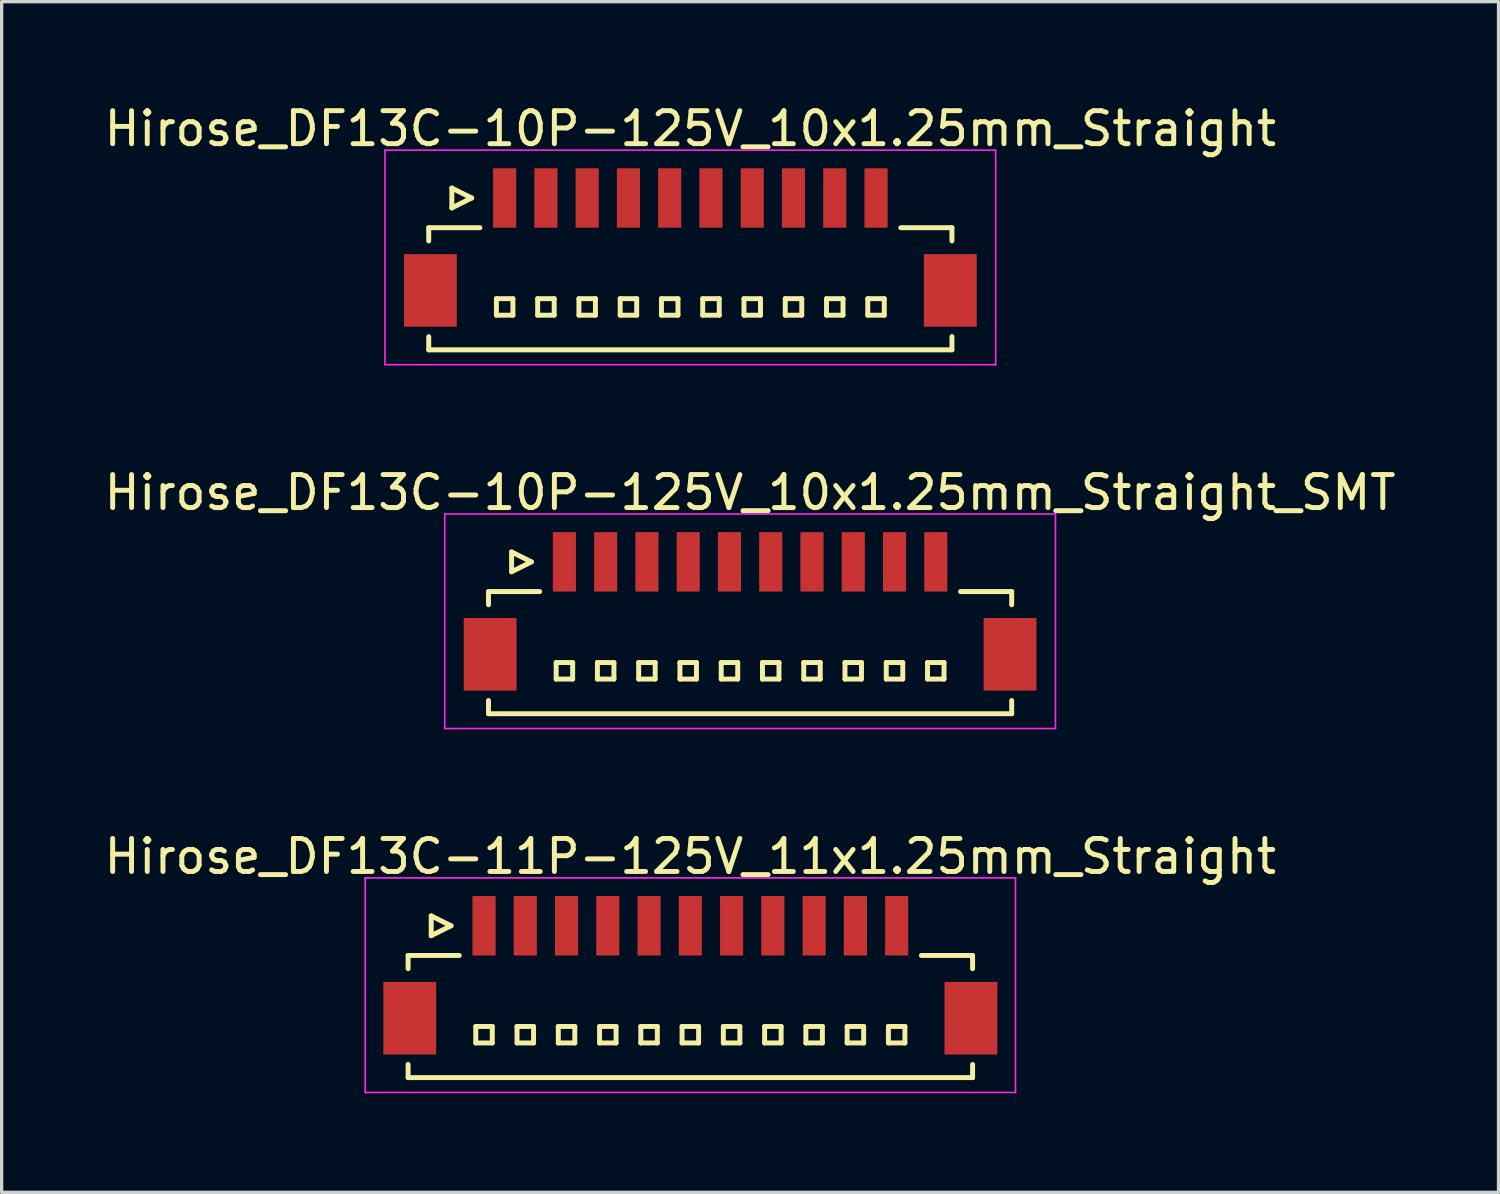
<source format=kicad_pcb>
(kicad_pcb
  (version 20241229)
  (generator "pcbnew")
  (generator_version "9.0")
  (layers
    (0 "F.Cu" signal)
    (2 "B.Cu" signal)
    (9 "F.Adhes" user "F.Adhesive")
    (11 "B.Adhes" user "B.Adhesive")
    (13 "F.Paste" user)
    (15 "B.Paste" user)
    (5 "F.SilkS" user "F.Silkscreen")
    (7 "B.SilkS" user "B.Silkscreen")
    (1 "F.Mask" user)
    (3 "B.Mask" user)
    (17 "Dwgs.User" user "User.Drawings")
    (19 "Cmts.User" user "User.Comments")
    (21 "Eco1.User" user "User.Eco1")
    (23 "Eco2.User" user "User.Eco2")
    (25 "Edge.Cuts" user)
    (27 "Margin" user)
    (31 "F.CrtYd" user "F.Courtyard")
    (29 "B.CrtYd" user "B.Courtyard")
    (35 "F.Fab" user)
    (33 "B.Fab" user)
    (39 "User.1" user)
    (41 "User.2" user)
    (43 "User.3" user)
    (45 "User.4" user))
  (footprint "Hirose_DF13C-11P-125V_11x1.25mm_Straight"
    (layer "F.Cu")
    (at 17.863 26.395)
    (property "Reference" "Hirose_DF13C-11P-125V_11x1.25mm_Straight" (at 0 -3.5 0) (layer "F.SilkS") (effects (font (size 1 1) (thickness 0.15))))
    (attr smd)
    (fp_line (start -8.55 -0.5) (end -8.55 -0.1) (stroke (width 0.15) (type solid)) (layer "F.SilkS"))
    (fp_line (start -8.55 -0.5) (end -7 -0.5) (stroke (width 0.15) (type solid)) (layer "F.SilkS"))
    (fp_line (start -8.55 3.2) (end -8.55 2.8) (stroke (width 0.15) (type solid)) (layer "F.SilkS"))
    (fp_line (start -8.55 3.2) (end 8.55 3.2) (stroke (width 0.15) (type solid)) (layer "F.SilkS"))
    (fp_line (start -7.85 -1.7) (end -7.85 -1.1) (stroke (width 0.15) (type solid)) (layer "F.SilkS"))
    (fp_line (start -7.85 -1.1) (end -7.25 -1.4) (stroke (width 0.15) (type solid)) (layer "F.SilkS"))
    (fp_line (start -7.25 -1.4) (end -7.85 -1.7) (stroke (width 0.15) (type solid)) (layer "F.SilkS"))
    (fp_line (start -6.5 1.65) (end -6.5 2.15) (stroke (width 0.15) (type solid)) (layer "F.SilkS"))
    (fp_line (start -6.5 2.15) (end -6 2.15) (stroke (width 0.15) (type solid)) (layer "F.SilkS"))
    (fp_line (start -6 1.65) (end -6.5 1.65) (stroke (width 0.15) (type solid)) (layer "F.SilkS"))
    (fp_line (start -6 2.15) (end -6 1.65) (stroke (width 0.15) (type solid)) (layer "F.SilkS"))
    (fp_line (start -5.25 1.65) (end -5.25 2.15) (stroke (width 0.15) (type solid)) (layer "F.SilkS"))
    (fp_line (start -5.25 2.15) (end -4.75 2.15) (stroke (width 0.15) (type solid)) (layer "F.SilkS"))
    (fp_line (start -4.75 1.65) (end -5.25 1.65) (stroke (width 0.15) (type solid)) (layer "F.SilkS"))
    (fp_line (start -4.75 2.15) (end -4.75 1.65) (stroke (width 0.15) (type solid)) (layer "F.SilkS"))
    (fp_line (start -4 1.65) (end -4 2.15) (stroke (width 0.15) (type solid)) (layer "F.SilkS"))
    (fp_line (start -4 2.15) (end -3.5 2.15) (stroke (width 0.15) (type solid)) (layer "F.SilkS"))
    (fp_line (start -3.5 1.65) (end -4 1.65) (stroke (width 0.15) (type solid)) (layer "F.SilkS"))
    (fp_line (start -3.5 2.15) (end -3.5 1.65) (stroke (width 0.15) (type solid)) (layer "F.SilkS"))
    (fp_line (start -2.75 1.65) (end -2.75 2.15) (stroke (width 0.15) (type solid)) (layer "F.SilkS"))
    (fp_line (start -2.75 2.15) (end -2.25 2.15) (stroke (width 0.15) (type solid)) (layer "F.SilkS"))
    (fp_line (start -2.25 1.65) (end -2.75 1.65) (stroke (width 0.15) (type solid)) (layer "F.SilkS"))
    (fp_line (start -2.25 2.15) (end -2.25 1.65) (stroke (width 0.15) (type solid)) (layer "F.SilkS"))
    (fp_line (start -1.5 1.65) (end -1.5 2.15) (stroke (width 0.15) (type solid)) (layer "F.SilkS"))
    (fp_line (start -1.5 2.15) (end -1 2.15) (stroke (width 0.15) (type solid)) (layer "F.SilkS"))
    (fp_line (start -1 1.65) (end -1.5 1.65) (stroke (width 0.15) (type solid)) (layer "F.SilkS"))
    (fp_line (start -1 2.15) (end -1 1.65) (stroke (width 0.15) (type solid)) (layer "F.SilkS"))
    (fp_line (start -0.25 1.65) (end -0.25 2.15) (stroke (width 0.15) (type solid)) (layer "F.SilkS"))
    (fp_line (start -0.25 2.15) (end 0.25 2.15) (stroke (width 0.15) (type solid)) (layer "F.SilkS"))
    (fp_line (start 0.25 1.65) (end -0.25 1.65) (stroke (width 0.15) (type solid)) (layer "F.SilkS"))
    (fp_line (start 0.25 2.15) (end 0.25 1.65) (stroke (width 0.15) (type solid)) (layer "F.SilkS"))
    (fp_line (start 1 1.65) (end 1 2.15) (stroke (width 0.15) (type solid)) (layer "F.SilkS"))
    (fp_line (start 1 2.15) (end 1.5 2.15) (stroke (width 0.15) (type solid)) (layer "F.SilkS"))
    (fp_line (start 1.5 1.65) (end 1 1.65) (stroke (width 0.15) (type solid)) (layer "F.SilkS"))
    (fp_line (start 1.5 2.15) (end 1.5 1.65) (stroke (width 0.15) (type solid)) (layer "F.SilkS"))
    (fp_line (start 2.25 1.65) (end 2.25 2.15) (stroke (width 0.15) (type solid)) (layer "F.SilkS"))
    (fp_line (start 2.25 2.15) (end 2.75 2.15) (stroke (width 0.15) (type solid)) (layer "F.SilkS"))
    (fp_line (start 2.75 1.65) (end 2.25 1.65) (stroke (width 0.15) (type solid)) (layer "F.SilkS"))
    (fp_line (start 2.75 2.15) (end 2.75 1.65) (stroke (width 0.15) (type solid)) (layer "F.SilkS"))
    (fp_line (start 3.5 1.65) (end 3.5 2.15) (stroke (width 0.15) (type solid)) (layer "F.SilkS"))
    (fp_line (start 3.5 2.15) (end 4 2.15) (stroke (width 0.15) (type solid)) (layer "F.SilkS"))
    (fp_line (start 4 1.65) (end 3.5 1.65) (stroke (width 0.15) (type solid)) (layer "F.SilkS"))
    (fp_line (start 4 2.15) (end 4 1.65) (stroke (width 0.15) (type solid)) (layer "F.SilkS"))
    (fp_line (start 4.75 1.65) (end 4.75 2.15) (stroke (width 0.15) (type solid)) (layer "F.SilkS"))
    (fp_line (start 4.75 2.15) (end 5.25 2.15) (stroke (width 0.15) (type solid)) (layer "F.SilkS"))
    (fp_line (start 5.25 1.65) (end 4.75 1.65) (stroke (width 0.15) (type solid)) (layer "F.SilkS"))
    (fp_line (start 5.25 2.15) (end 5.25 1.65) (stroke (width 0.15) (type solid)) (layer "F.SilkS"))
    (fp_line (start 6 1.65) (end 6 2.15) (stroke (width 0.15) (type solid)) (layer "F.SilkS"))
    (fp_line (start 6 2.15) (end 6.5 2.15) (stroke (width 0.15) (type solid)) (layer "F.SilkS"))
    (fp_line (start 6.5 1.65) (end 6 1.65) (stroke (width 0.15) (type solid)) (layer "F.SilkS"))
    (fp_line (start 6.5 2.15) (end 6.5 1.65) (stroke (width 0.15) (type solid)) (layer "F.SilkS"))
    (fp_line (start 8.55 -0.5) (end 7 -0.5) (stroke (width 0.15) (type solid)) (layer "F.SilkS"))
    (fp_line (start 8.55 -0.5) (end 8.55 -0.1) (stroke (width 0.15) (type solid)) (layer "F.SilkS"))
    (fp_line (start 8.55 3.2) (end 8.55 2.8) (stroke (width 0.15) (type solid)) (layer "F.SilkS"))
    (fp_line (start -9.85 -2.85) (end -9.85 3.65) (stroke (width 0.05) (type solid)) (layer "F.CrtYd"))
    (fp_line (start -9.85 3.65) (end 9.85 3.65) (stroke (width 0.05) (type solid)) (layer "F.CrtYd"))
    (fp_line (start 9.85 -2.85) (end -9.85 -2.85) (stroke (width 0.05) (type solid)) (layer "F.CrtYd"))
    (fp_line (start 9.85 3.65) (end 9.85 -2.85) (stroke (width 0.05) (type solid)) (layer "F.CrtYd"))
    (pad "" smd rect (at -8.5 1.4) (size 1.6 2.2) (layers "F.Cu" "F.Mask" "F.Paste"))
    (pad "" smd rect (at 8.5 1.4) (size 1.6 2.2) (layers "F.Cu" "F.Mask" "F.Paste"))
    (pad "1" smd rect (at -6.25 -1.4) (size 0.7 1.8) (layers "F.Cu" "F.Mask" "F.Paste"))
    (pad "2" smd rect (at -5 -1.4) (size 0.7 1.8) (layers "F.Cu" "F.Mask" "F.Paste"))
    (pad "3" smd rect (at -3.75 -1.4) (size 0.7 1.8) (layers "F.Cu" "F.Mask" "F.Paste"))
    (pad "4" smd rect (at -2.5 -1.4) (size 0.7 1.8) (layers "F.Cu" "F.Mask" "F.Paste"))
    (pad "5" smd rect (at -1.25 -1.4) (size 0.7 1.8) (layers "F.Cu" "F.Mask" "F.Paste"))
    (pad "6" smd rect (at 0 -1.4) (size 0.7 1.8) (layers "F.Cu" "F.Mask" "F.Paste"))
    (pad "7" smd rect (at 1.25 -1.4) (size 0.7 1.8) (layers "F.Cu" "F.Mask" "F.Paste"))
    (pad "8" smd rect (at 2.5 -1.4) (size 0.7 1.8) (layers "F.Cu" "F.Mask" "F.Paste"))
    (pad "9" smd rect (at 3.75 -1.4) (size 0.7 1.8) (layers "F.Cu" "F.Mask" "F.Paste"))
    (pad "10" smd rect (at 5 -1.4) (size 0.7 1.8) (layers "F.Cu" "F.Mask" "F.Paste"))
    (pad "11" smd rect (at 6.25 -1.4) (size 0.7 1.8) (layers "F.Cu" "F.Mask" "F.Paste")))
  (footprint "Hirose_DF13C-10P-125V_10x1.25mm_Straight_SMT"
    (layer "F.Cu")
    (at 19.673 15.371)
    (property "Reference" "Hirose_DF13C-10P-125V_10x1.25mm_Straight_SMT" (at 0 -3.5 0) (layer "F.SilkS") (effects (font (size 1 1) (thickness 0.15))))
    (attr smd)
    (fp_line (start -7.925 -0.5) (end -7.925 -0.1) (stroke (width 0.15) (type solid)) (layer "F.SilkS"))
    (fp_line (start -7.925 -0.5) (end -6.375 -0.5) (stroke (width 0.15) (type solid)) (layer "F.SilkS"))
    (fp_line (start -7.925 3.2) (end -7.925 2.8) (stroke (width 0.15) (type solid)) (layer "F.SilkS"))
    (fp_line (start -7.925 3.2) (end 7.925 3.2) (stroke (width 0.15) (type solid)) (layer "F.SilkS"))
    (fp_line (start -7.225 -1.7) (end -7.225 -1.1) (stroke (width 0.15) (type solid)) (layer "F.SilkS"))
    (fp_line (start -7.225 -1.1) (end -6.625 -1.4) (stroke (width 0.15) (type solid)) (layer "F.SilkS"))
    (fp_line (start -6.625 -1.4) (end -7.225 -1.7) (stroke (width 0.15) (type solid)) (layer "F.SilkS"))
    (fp_line (start -5.875 1.65) (end -5.875 2.15) (stroke (width 0.15) (type solid)) (layer "F.SilkS"))
    (fp_line (start -5.875 2.15) (end -5.375 2.15) (stroke (width 0.15) (type solid)) (layer "F.SilkS"))
    (fp_line (start -5.375 1.65) (end -5.875 1.65) (stroke (width 0.15) (type solid)) (layer "F.SilkS"))
    (fp_line (start -5.375 2.15) (end -5.375 1.65) (stroke (width 0.15) (type solid)) (layer "F.SilkS"))
    (fp_line (start -4.625 1.65) (end -4.625 2.15) (stroke (width 0.15) (type solid)) (layer "F.SilkS"))
    (fp_line (start -4.625 2.15) (end -4.125 2.15) (stroke (width 0.15) (type solid)) (layer "F.SilkS"))
    (fp_line (start -4.125 1.65) (end -4.625 1.65) (stroke (width 0.15) (type solid)) (layer "F.SilkS"))
    (fp_line (start -4.125 2.15) (end -4.125 1.65) (stroke (width 0.15) (type solid)) (layer "F.SilkS"))
    (fp_line (start -3.375 1.65) (end -3.375 2.15) (stroke (width 0.15) (type solid)) (layer "F.SilkS"))
    (fp_line (start -3.375 2.15) (end -2.875 2.15) (stroke (width 0.15) (type solid)) (layer "F.SilkS"))
    (fp_line (start -2.875 1.65) (end -3.375 1.65) (stroke (width 0.15) (type solid)) (layer "F.SilkS"))
    (fp_line (start -2.875 2.15) (end -2.875 1.65) (stroke (width 0.15) (type solid)) (layer "F.SilkS"))
    (fp_line (start -2.125 1.65) (end -2.125 2.15) (stroke (width 0.15) (type solid)) (layer "F.SilkS"))
    (fp_line (start -2.125 2.15) (end -1.625 2.15) (stroke (width 0.15) (type solid)) (layer "F.SilkS"))
    (fp_line (start -1.625 1.65) (end -2.125 1.65) (stroke (width 0.15) (type solid)) (layer "F.SilkS"))
    (fp_line (start -1.625 2.15) (end -1.625 1.65) (stroke (width 0.15) (type solid)) (layer "F.SilkS"))
    (fp_line (start -0.875 1.65) (end -0.875 2.15) (stroke (width 0.15) (type solid)) (layer "F.SilkS"))
    (fp_line (start -0.875 2.15) (end -0.375 2.15) (stroke (width 0.15) (type solid)) (layer "F.SilkS"))
    (fp_line (start -0.375 1.65) (end -0.875 1.65) (stroke (width 0.15) (type solid)) (layer "F.SilkS"))
    (fp_line (start -0.375 2.15) (end -0.375 1.65) (stroke (width 0.15) (type solid)) (layer "F.SilkS"))
    (fp_line (start 0.375 1.65) (end 0.375 2.15) (stroke (width 0.15) (type solid)) (layer "F.SilkS"))
    (fp_line (start 0.375 2.15) (end 0.875 2.15) (stroke (width 0.15) (type solid)) (layer "F.SilkS"))
    (fp_line (start 0.875 1.65) (end 0.375 1.65) (stroke (width 0.15) (type solid)) (layer "F.SilkS"))
    (fp_line (start 0.875 2.15) (end 0.875 1.65) (stroke (width 0.15) (type solid)) (layer "F.SilkS"))
    (fp_line (start 1.625 1.65) (end 1.625 2.15) (stroke (width 0.15) (type solid)) (layer "F.SilkS"))
    (fp_line (start 1.625 2.15) (end 2.125 2.15) (stroke (width 0.15) (type solid)) (layer "F.SilkS"))
    (fp_line (start 2.125 1.65) (end 1.625 1.65) (stroke (width 0.15) (type solid)) (layer "F.SilkS"))
    (fp_line (start 2.125 2.15) (end 2.125 1.65) (stroke (width 0.15) (type solid)) (layer "F.SilkS"))
    (fp_line (start 2.875 1.65) (end 2.875 2.15) (stroke (width 0.15) (type solid)) (layer "F.SilkS"))
    (fp_line (start 2.875 2.15) (end 3.375 2.15) (stroke (width 0.15) (type solid)) (layer "F.SilkS"))
    (fp_line (start 3.375 1.65) (end 2.875 1.65) (stroke (width 0.15) (type solid)) (layer "F.SilkS"))
    (fp_line (start 3.375 2.15) (end 3.375 1.65) (stroke (width 0.15) (type solid)) (layer "F.SilkS"))
    (fp_line (start 4.125 1.65) (end 4.125 2.15) (stroke (width 0.15) (type solid)) (layer "F.SilkS"))
    (fp_line (start 4.125 2.15) (end 4.625 2.15) (stroke (width 0.15) (type solid)) (layer "F.SilkS"))
    (fp_line (start 4.625 1.65) (end 4.125 1.65) (stroke (width 0.15) (type solid)) (layer "F.SilkS"))
    (fp_line (start 4.625 2.15) (end 4.625 1.65) (stroke (width 0.15) (type solid)) (layer "F.SilkS"))
    (fp_line (start 5.375 1.65) (end 5.375 2.15) (stroke (width 0.15) (type solid)) (layer "F.SilkS"))
    (fp_line (start 5.375 2.15) (end 5.875 2.15) (stroke (width 0.15) (type solid)) (layer "F.SilkS"))
    (fp_line (start 5.875 1.65) (end 5.375 1.65) (stroke (width 0.15) (type solid)) (layer "F.SilkS"))
    (fp_line (start 5.875 2.15) (end 5.875 1.65) (stroke (width 0.15) (type solid)) (layer "F.SilkS"))
    (fp_line (start 7.925 -0.5) (end 6.375 -0.5) (stroke (width 0.15) (type solid)) (layer "F.SilkS"))
    (fp_line (start 7.925 -0.5) (end 7.925 -0.1) (stroke (width 0.15) (type solid)) (layer "F.SilkS"))
    (fp_line (start 7.925 3.2) (end 7.925 2.8) (stroke (width 0.15) (type solid)) (layer "F.SilkS"))
    (fp_line (start -9.25 -2.85) (end -9.25 3.65) (stroke (width 0.05) (type solid)) (layer "F.CrtYd"))
    (fp_line (start -9.25 3.65) (end 9.25 3.65) (stroke (width 0.05) (type solid)) (layer "F.CrtYd"))
    (fp_line (start 9.25 -2.85) (end -9.25 -2.85) (stroke (width 0.05) (type solid)) (layer "F.CrtYd"))
    (fp_line (start 9.25 3.65) (end 9.25 -2.85) (stroke (width 0.05) (type solid)) (layer "F.CrtYd"))
    (pad "" smd rect (at -7.875 1.4) (size 1.6 2.2) (layers "F.Cu" "F.Mask" "F.Paste"))
    (pad "" smd rect (at 7.875 1.4) (size 1.6 2.2) (layers "F.Cu" "F.Mask" "F.Paste"))
    (pad "1" smd rect (at -5.625 -1.4) (size 0.7 1.8) (layers "F.Cu" "F.Mask" "F.Paste"))
    (pad "2" smd rect (at -4.375 -1.4) (size 0.7 1.8) (layers "F.Cu" "F.Mask" "F.Paste"))
    (pad "3" smd rect (at -3.125 -1.4) (size 0.7 1.8) (layers "F.Cu" "F.Mask" "F.Paste"))
    (pad "4" smd rect (at -1.875 -1.4) (size 0.7 1.8) (layers "F.Cu" "F.Mask" "F.Paste"))
    (pad "5" smd rect (at -0.625 -1.4) (size 0.7 1.8) (layers "F.Cu" "F.Mask" "F.Paste"))
    (pad "6" smd rect (at 0.625 -1.4) (size 0.7 1.8) (layers "F.Cu" "F.Mask" "F.Paste"))
    (pad "7" smd rect (at 1.875 -1.4) (size 0.7 1.8) (layers "F.Cu" "F.Mask" "F.Paste"))
    (pad "8" smd rect (at 3.125 -1.4) (size 0.7 1.8) (layers "F.Cu" "F.Mask" "F.Paste"))
    (pad "9" smd rect (at 4.375 -1.4) (size 0.7 1.8) (layers "F.Cu" "F.Mask" "F.Paste"))
    (pad "10" smd rect (at 5.625 -1.4) (size 0.7 1.8) (layers "F.Cu" "F.Mask" "F.Paste")))
  (footprint "Hirose_DF13C-10P-125V_10x1.25mm_Straight"
    (layer "F.Cu")
    (at 17.863 4.348)
    (property "Reference" "Hirose_DF13C-10P-125V_10x1.25mm_Straight" (at 0 -3.5 0) (layer "F.SilkS") (effects (font (size 1 1) (thickness 0.15))))
    (attr smd)
    (fp_line (start -7.925 -0.5) (end -7.925 -0.1) (stroke (width 0.15) (type solid)) (layer "F.SilkS"))
    (fp_line (start -7.925 -0.5) (end -6.375 -0.5) (stroke (width 0.15) (type solid)) (layer "F.SilkS"))
    (fp_line (start -7.925 3.2) (end -7.925 2.8) (stroke (width 0.15) (type solid)) (layer "F.SilkS"))
    (fp_line (start -7.925 3.2) (end 7.925 3.2) (stroke (width 0.15) (type solid)) (layer "F.SilkS"))
    (fp_line (start -7.225 -1.7) (end -7.225 -1.1) (stroke (width 0.15) (type solid)) (layer "F.SilkS"))
    (fp_line (start -7.225 -1.1) (end -6.625 -1.4) (stroke (width 0.15) (type solid)) (layer "F.SilkS"))
    (fp_line (start -6.625 -1.4) (end -7.225 -1.7) (stroke (width 0.15) (type solid)) (layer "F.SilkS"))
    (fp_line (start -5.875 1.65) (end -5.875 2.15) (stroke (width 0.15) (type solid)) (layer "F.SilkS"))
    (fp_line (start -5.875 2.15) (end -5.375 2.15) (stroke (width 0.15) (type solid)) (layer "F.SilkS"))
    (fp_line (start -5.375 1.65) (end -5.875 1.65) (stroke (width 0.15) (type solid)) (layer "F.SilkS"))
    (fp_line (start -5.375 2.15) (end -5.375 1.65) (stroke (width 0.15) (type solid)) (layer "F.SilkS"))
    (fp_line (start -4.625 1.65) (end -4.625 2.15) (stroke (width 0.15) (type solid)) (layer "F.SilkS"))
    (fp_line (start -4.625 2.15) (end -4.125 2.15) (stroke (width 0.15) (type solid)) (layer "F.SilkS"))
    (fp_line (start -4.125 1.65) (end -4.625 1.65) (stroke (width 0.15) (type solid)) (layer "F.SilkS"))
    (fp_line (start -4.125 2.15) (end -4.125 1.65) (stroke (width 0.15) (type solid)) (layer "F.SilkS"))
    (fp_line (start -3.375 1.65) (end -3.375 2.15) (stroke (width 0.15) (type solid)) (layer "F.SilkS"))
    (fp_line (start -3.375 2.15) (end -2.875 2.15) (stroke (width 0.15) (type solid)) (layer "F.SilkS"))
    (fp_line (start -2.875 1.65) (end -3.375 1.65) (stroke (width 0.15) (type solid)) (layer "F.SilkS"))
    (fp_line (start -2.875 2.15) (end -2.875 1.65) (stroke (width 0.15) (type solid)) (layer "F.SilkS"))
    (fp_line (start -2.125 1.65) (end -2.125 2.15) (stroke (width 0.15) (type solid)) (layer "F.SilkS"))
    (fp_line (start -2.125 2.15) (end -1.625 2.15) (stroke (width 0.15) (type solid)) (layer "F.SilkS"))
    (fp_line (start -1.625 1.65) (end -2.125 1.65) (stroke (width 0.15) (type solid)) (layer "F.SilkS"))
    (fp_line (start -1.625 2.15) (end -1.625 1.65) (stroke (width 0.15) (type solid)) (layer "F.SilkS"))
    (fp_line (start -0.875 1.65) (end -0.875 2.15) (stroke (width 0.15) (type solid)) (layer "F.SilkS"))
    (fp_line (start -0.875 2.15) (end -0.375 2.15) (stroke (width 0.15) (type solid)) (layer "F.SilkS"))
    (fp_line (start -0.375 1.65) (end -0.875 1.65) (stroke (width 0.15) (type solid)) (layer "F.SilkS"))
    (fp_line (start -0.375 2.15) (end -0.375 1.65) (stroke (width 0.15) (type solid)) (layer "F.SilkS"))
    (fp_line (start 0.375 1.65) (end 0.375 2.15) (stroke (width 0.15) (type solid)) (layer "F.SilkS"))
    (fp_line (start 0.375 2.15) (end 0.875 2.15) (stroke (width 0.15) (type solid)) (layer "F.SilkS"))
    (fp_line (start 0.875 1.65) (end 0.375 1.65) (stroke (width 0.15) (type solid)) (layer "F.SilkS"))
    (fp_line (start 0.875 2.15) (end 0.875 1.65) (stroke (width 0.15) (type solid)) (layer "F.SilkS"))
    (fp_line (start 1.625 1.65) (end 1.625 2.15) (stroke (width 0.15) (type solid)) (layer "F.SilkS"))
    (fp_line (start 1.625 2.15) (end 2.125 2.15) (stroke (width 0.15) (type solid)) (layer "F.SilkS"))
    (fp_line (start 2.125 1.65) (end 1.625 1.65) (stroke (width 0.15) (type solid)) (layer "F.SilkS"))
    (fp_line (start 2.125 2.15) (end 2.125 1.65) (stroke (width 0.15) (type solid)) (layer "F.SilkS"))
    (fp_line (start 2.875 1.65) (end 2.875 2.15) (stroke (width 0.15) (type solid)) (layer "F.SilkS"))
    (fp_line (start 2.875 2.15) (end 3.375 2.15) (stroke (width 0.15) (type solid)) (layer "F.SilkS"))
    (fp_line (start 3.375 1.65) (end 2.875 1.65) (stroke (width 0.15) (type solid)) (layer "F.SilkS"))
    (fp_line (start 3.375 2.15) (end 3.375 1.65) (stroke (width 0.15) (type solid)) (layer "F.SilkS"))
    (fp_line (start 4.125 1.65) (end 4.125 2.15) (stroke (width 0.15) (type solid)) (layer "F.SilkS"))
    (fp_line (start 4.125 2.15) (end 4.625 2.15) (stroke (width 0.15) (type solid)) (layer "F.SilkS"))
    (fp_line (start 4.625 1.65) (end 4.125 1.65) (stroke (width 0.15) (type solid)) (layer "F.SilkS"))
    (fp_line (start 4.625 2.15) (end 4.625 1.65) (stroke (width 0.15) (type solid)) (layer "F.SilkS"))
    (fp_line (start 5.375 1.65) (end 5.375 2.15) (stroke (width 0.15) (type solid)) (layer "F.SilkS"))
    (fp_line (start 5.375 2.15) (end 5.875 2.15) (stroke (width 0.15) (type solid)) (layer "F.SilkS"))
    (fp_line (start 5.875 1.65) (end 5.375 1.65) (stroke (width 0.15) (type solid)) (layer "F.SilkS"))
    (fp_line (start 5.875 2.15) (end 5.875 1.65) (stroke (width 0.15) (type solid)) (layer "F.SilkS"))
    (fp_line (start 7.925 -0.5) (end 6.375 -0.5) (stroke (width 0.15) (type solid)) (layer "F.SilkS"))
    (fp_line (start 7.925 -0.5) (end 7.925 -0.1) (stroke (width 0.15) (type solid)) (layer "F.SilkS"))
    (fp_line (start 7.925 3.2) (end 7.925 2.8) (stroke (width 0.15) (type solid)) (layer "F.SilkS"))
    (fp_line (start -9.25 -2.85) (end -9.25 3.65) (stroke (width 0.05) (type solid)) (layer "F.CrtYd"))
    (fp_line (start -9.25 3.65) (end 9.25 3.65) (stroke (width 0.05) (type solid)) (layer "F.CrtYd"))
    (fp_line (start 9.25 -2.85) (end -9.25 -2.85) (stroke (width 0.05) (type solid)) (layer "F.CrtYd"))
    (fp_line (start 9.25 3.65) (end 9.25 -2.85) (stroke (width 0.05) (type solid)) (layer "F.CrtYd"))
    (pad "" smd rect (at -7.875 1.4) (size 1.6 2.2) (layers "F.Cu" "F.Mask" "F.Paste"))
    (pad "" smd rect (at 7.875 1.4) (size 1.6 2.2) (layers "F.Cu" "F.Mask" "F.Paste"))
    (pad "1" smd rect (at -5.625 -1.4) (size 0.7 1.8) (layers "F.Cu" "F.Mask" "F.Paste"))
    (pad "2" smd rect (at -4.375 -1.4) (size 0.7 1.8) (layers "F.Cu" "F.Mask" "F.Paste"))
    (pad "3" smd rect (at -3.125 -1.4) (size 0.7 1.8) (layers "F.Cu" "F.Mask" "F.Paste"))
    (pad "4" smd rect (at -1.875 -1.4) (size 0.7 1.8) (layers "F.Cu" "F.Mask" "F.Paste"))
    (pad "5" smd rect (at -0.625 -1.4) (size 0.7 1.8) (layers "F.Cu" "F.Mask" "F.Paste"))
    (pad "6" smd rect (at 0.625 -1.4) (size 0.7 1.8) (layers "F.Cu" "F.Mask" "F.Paste"))
    (pad "7" smd rect (at 1.875 -1.4) (size 0.7 1.8) (layers "F.Cu" "F.Mask" "F.Paste"))
    (pad "8" smd rect (at 3.125 -1.4) (size 0.7 1.8) (layers "F.Cu" "F.Mask" "F.Paste"))
    (pad "9" smd rect (at 4.375 -1.4) (size 0.7 1.8) (layers "F.Cu" "F.Mask" "F.Paste"))
    (pad "10" smd rect (at 5.625 -1.4) (size 0.7 1.8) (layers "F.Cu" "F.Mask" "F.Paste")))
  (gr_rect
    (start -3 -3)
    (end 42.345 33.07)
    (stroke (width 0.1) (type default))
    (fill no)
    (layer "Edge.Cuts")))
</source>
